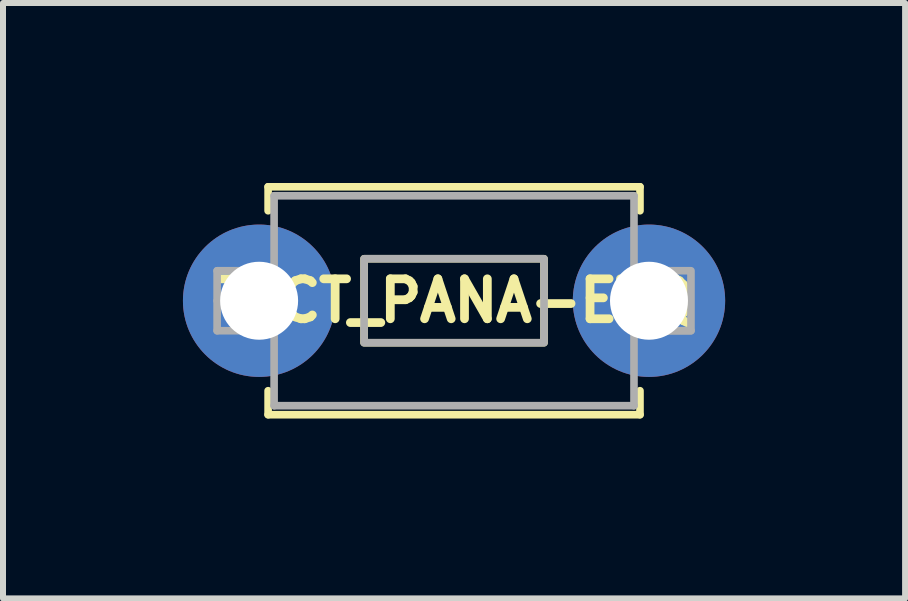
<source format=kicad_pcb>
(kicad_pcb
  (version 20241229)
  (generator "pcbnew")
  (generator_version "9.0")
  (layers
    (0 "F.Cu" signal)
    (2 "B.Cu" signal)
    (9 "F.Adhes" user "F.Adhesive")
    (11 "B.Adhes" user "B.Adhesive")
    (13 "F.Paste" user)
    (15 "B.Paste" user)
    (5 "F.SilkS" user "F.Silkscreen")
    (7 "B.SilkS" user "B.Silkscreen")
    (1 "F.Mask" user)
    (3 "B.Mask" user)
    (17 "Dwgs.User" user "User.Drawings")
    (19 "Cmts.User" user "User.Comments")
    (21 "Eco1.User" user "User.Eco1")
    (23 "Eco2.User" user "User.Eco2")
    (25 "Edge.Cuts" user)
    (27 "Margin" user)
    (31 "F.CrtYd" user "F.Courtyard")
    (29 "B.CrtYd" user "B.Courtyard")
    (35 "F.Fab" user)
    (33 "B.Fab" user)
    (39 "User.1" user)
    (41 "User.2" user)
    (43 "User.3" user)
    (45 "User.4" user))
  (footprint "TACT_PANA-EVQ"
    (layer "F.Cu")
    (at 4.52 1.964)
    (property "Reference" "TACT_PANA-EVQ" (at 0 0 0) (layer "F.SilkS") (effects (font (size 0.666 0.666) (thickness 0.146))))
    (fp_line (start -3.1 -1.9) (end 3.1 -1.9) (stroke (width 0.127) (type solid)) (layer "F.SilkS"))
    (fp_line (start -3.1 -1.5) (end -3.1 -1.9) (stroke (width 0.127) (type solid)) (layer "F.SilkS"))
    (fp_line (start -3.1 1.5) (end -3.1 1.9) (stroke (width 0.127) (type solid)) (layer "F.SilkS"))
    (fp_line (start -3.1 1.9) (end 3.1 1.9) (stroke (width 0.127) (type solid)) (layer "F.SilkS"))
    (fp_line (start 3.1 -1.9) (end 3.1 -1.5) (stroke (width 0.127) (type solid)) (layer "F.SilkS"))
    (fp_line (start 3.1 1.9) (end 3.1 1.5) (stroke (width 0.127) (type solid)) (layer "F.SilkS"))
    (fp_rect (start -1.5 -0.7) (end 1.5 0.7) (stroke (width 0.127) (type solid)) (fill no) (layer "F.SilkS"))
    (fp_line (start -3.95 -0.5) (end -3 -0.5) (stroke (width 0.127) (type solid)) (layer "F.Fab"))
    (fp_line (start -3.95 0) (end -3.95 -0.5) (stroke (width 0.127) (type solid)) (layer "F.Fab"))
    (fp_line (start -3.95 0.5) (end -3.95 0) (stroke (width 0.127) (type solid)) (layer "F.Fab"))
    (fp_line (start -3 -1.75) (end 3 -1.75) (stroke (width 0.127) (type solid)) (layer "F.Fab"))
    (fp_line (start -3 -0.5) (end -3 -1.75) (stroke (width 0.127) (type solid)) (layer "F.Fab"))
    (fp_line (start -3 0.5) (end -3.95 0.5) (stroke (width 0.127) (type solid)) (layer "F.Fab"))
    (fp_line (start 3 -1.75) (end 3 -0.5) (stroke (width 0.127) (type solid)) (layer "F.Fab"))
    (fp_line (start 3 0.5) (end 3.95 0.5) (stroke (width 0.127) (type solid)) (layer "F.Fab"))
    (fp_line (start 3 1.75) (end -3 1.75) (stroke (width 0.127) (type solid)) (layer "F.Fab"))
    (fp_rect (start -3 -0.5) (end -3 1.75) (stroke (width 0.127) (type solid)) (fill no) (layer "F.Fab"))
    (fp_rect (start -1.5 -0.7) (end 1.5 0.7) (stroke (width 0.127) (type solid)) (fill no) (layer "F.Fab"))
    (fp_rect (start 3 -0.5) (end 3 1.75) (stroke (width 0.127) (type solid)) (fill no) (layer "F.Fab"))
    (fp_rect (start 3 -0.5) (end 3.95 0.5) (stroke (width 0.127) (type solid)) (fill no) (layer "F.Fab"))
    (pad "1" thru_hole circle (at -3.25 0) (size 2.54 2.54) (drill 1.3) (layers "*.Cu" "*.Mask"))
    (pad "2" thru_hole circle (at 3.25 0) (size 2.54 2.54) (drill 1.3) (layers "*.Cu" "*.Mask")))
  (gr_rect
    (start -3 -3)
    (end 12.04 6.927)
    (stroke (width 0.1) (type default))
    (fill no)
    (layer "Edge.Cuts")))
</source>
